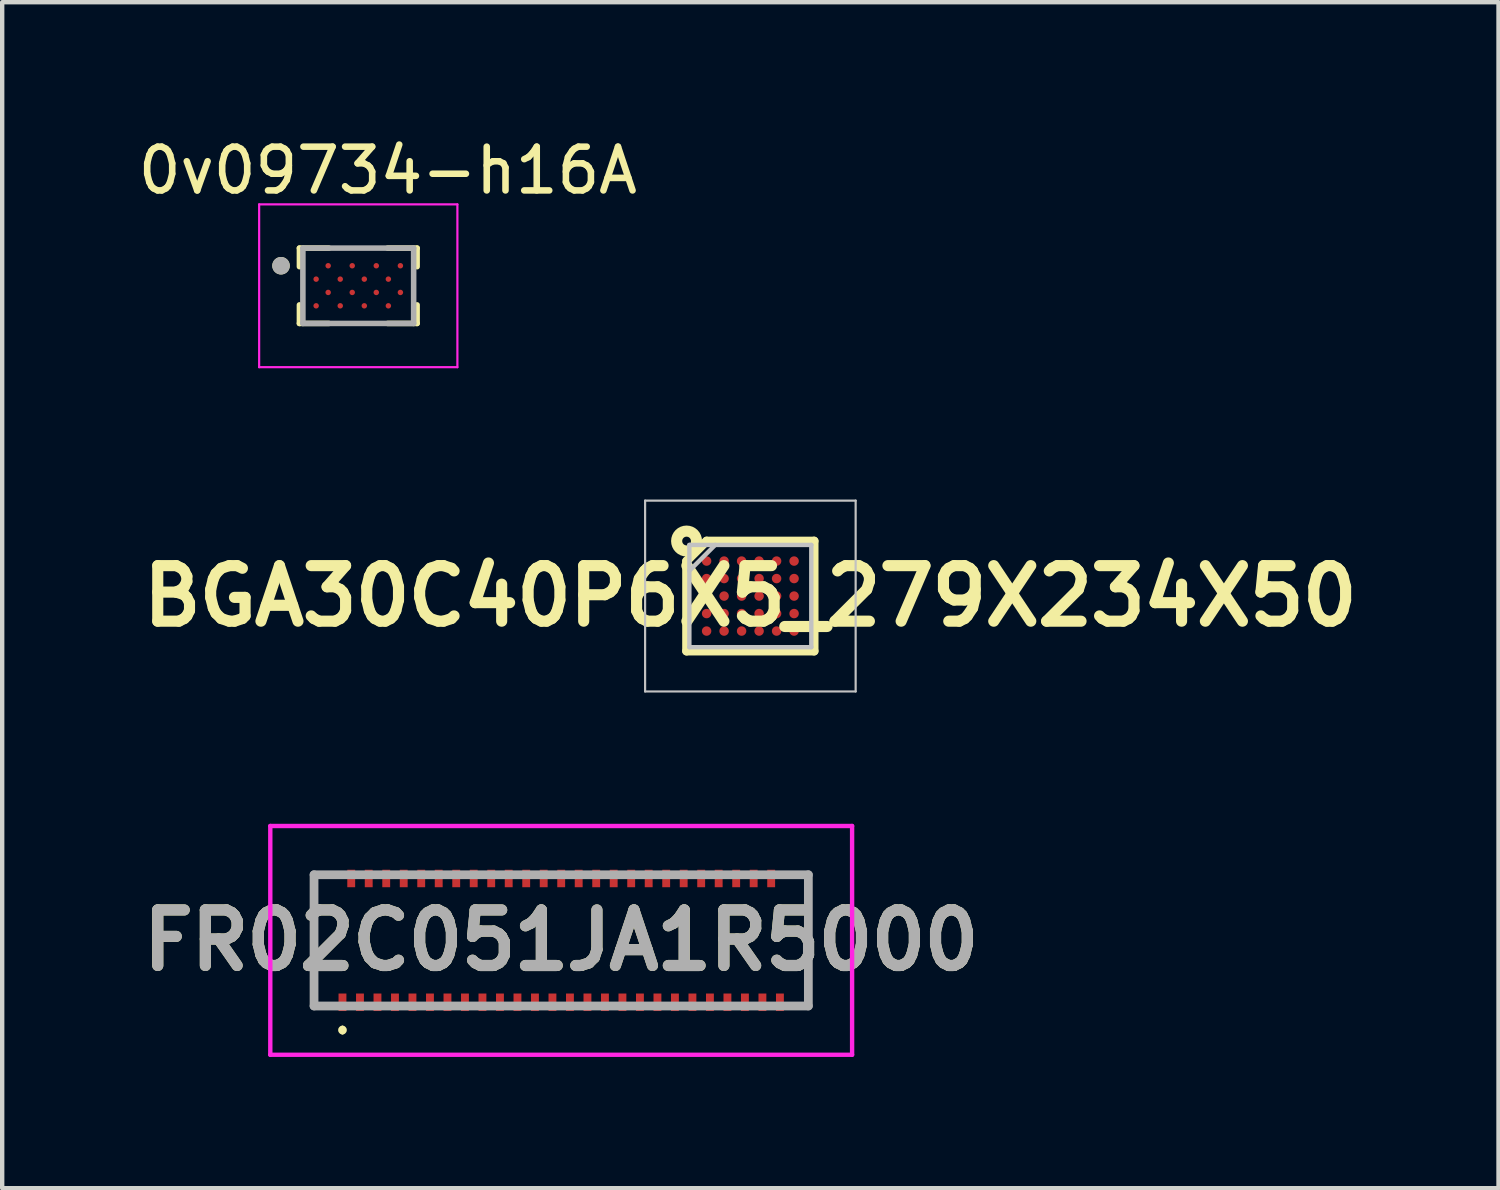
<source format=kicad_pcb>
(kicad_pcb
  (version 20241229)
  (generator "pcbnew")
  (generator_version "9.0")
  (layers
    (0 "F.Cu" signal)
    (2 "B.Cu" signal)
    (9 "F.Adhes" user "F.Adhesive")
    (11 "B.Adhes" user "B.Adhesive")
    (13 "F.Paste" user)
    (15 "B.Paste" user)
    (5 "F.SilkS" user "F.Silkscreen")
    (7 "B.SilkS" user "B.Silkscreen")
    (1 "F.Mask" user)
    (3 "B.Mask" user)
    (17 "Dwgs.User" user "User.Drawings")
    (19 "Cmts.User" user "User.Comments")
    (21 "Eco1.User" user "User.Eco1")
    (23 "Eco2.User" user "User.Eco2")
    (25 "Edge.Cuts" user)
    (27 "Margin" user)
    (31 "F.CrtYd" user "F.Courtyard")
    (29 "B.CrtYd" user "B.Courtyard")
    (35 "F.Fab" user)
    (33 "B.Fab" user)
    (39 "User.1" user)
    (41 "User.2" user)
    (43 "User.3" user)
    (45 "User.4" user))
  (footprint "BGA30C40P6X5_279X234X50"
    (layer "F.Cu")
    (at 14.103 10.576)
    (property "Reference" "BGA30C40P6X5_279X234X50" (at 0 0 0) (unlocked yes) (layer "F.SilkS") (effects (font (size 1.27 1.27) (thickness 0.254))))
    (attr smd)
    (fp_line (start -1.458 -0.8) (end -1 -1.258) (stroke (width 0.2) (type solid)) (layer "F.SilkS"))
    (fp_line (start -1.458 1.258) (end -1.458 -0.8) (stroke (width 0.2) (type solid)) (layer "F.SilkS"))
    (fp_line (start -1 -1.258) (end 1.458 -1.258) (stroke (width 0.2) (type solid)) (layer "F.SilkS"))
    (fp_line (start 1.458 -1.258) (end 1.458 1.258) (stroke (width 0.2) (type solid)) (layer "F.SilkS"))
    (fp_line (start 1.458 1.258) (end -1.458 1.258) (stroke (width 0.2) (type solid)) (layer "F.SilkS"))
    (fp_circle (center -1.458 -1.258) (end -1.358 -1.258) (stroke (width 0.254) (type solid)) (fill no) (layer "F.SilkS"))
    (fp_line (start -2.406 -2.182) (end 2.407 -2.182) (stroke (width 0.05) (type solid)) (layer "Dwgs.User"))
    (fp_line (start -2.406 2.181) (end -2.406 -2.182) (stroke (width 0.05) (type solid)) (layer "Dwgs.User"))
    (fp_line (start -1.394 -1.169) (end 1.394 -1.169) (stroke (width 0.1) (type solid)) (layer "Dwgs.User"))
    (fp_line (start -1.394 -0.578) (end -0.803 -1.169) (stroke (width 0.1) (type solid)) (layer "Dwgs.User"))
    (fp_line (start -1.394 1.169) (end -1.394 -1.169) (stroke (width 0.1) (type solid)) (layer "Dwgs.User"))
    (fp_line (start 1.394 -1.169) (end 1.394 1.169) (stroke (width 0.1) (type solid)) (layer "Dwgs.User"))
    (fp_line (start 1.394 1.169) (end -1.394 1.169) (stroke (width 0.1) (type solid)) (layer "Dwgs.User"))
    (fp_line (start 2.407 -2.182) (end 2.407 2.181) (stroke (width 0.05) (type solid)) (layer "Dwgs.User"))
    (fp_line (start 2.407 2.181) (end -2.406 2.181) (stroke (width 0.05) (type solid)) (layer "Dwgs.User"))
    (pad "A1" smd circle (at -1 -0.8 90) (size 0.216 0.216) (layers "F.Cu" "F.Mask" "F.Paste"))
    (pad "A2" smd circle (at -0.6 -0.8 90) (size 0.216 0.216) (layers "F.Cu" "F.Mask" "F.Paste"))
    (pad "A3" smd circle (at -0.2 -0.8 90) (size 0.216 0.216) (layers "F.Cu" "F.Mask" "F.Paste"))
    (pad "A4" smd circle (at 0.2 -0.8 90) (size 0.216 0.216) (layers "F.Cu" "F.Mask" "F.Paste"))
    (pad "A5" smd circle (at 0.6 -0.8 90) (size 0.216 0.216) (layers "F.Cu" "F.Mask" "F.Paste"))
    (pad "A6" smd circle (at 1 -0.8 90) (size 0.216 0.216) (layers "F.Cu" "F.Mask" "F.Paste"))
    (pad "B1" smd circle (at -1 -0.4 90) (size 0.216 0.216) (layers "F.Cu" "F.Mask" "F.Paste"))
    (pad "B2" smd circle (at -0.6 -0.4 90) (size 0.216 0.216) (layers "F.Cu" "F.Mask" "F.Paste"))
    (pad "B3" smd circle (at -0.2 -0.4 90) (size 0.216 0.216) (layers "F.Cu" "F.Mask" "F.Paste"))
    (pad "B4" smd circle (at 0.2 -0.4 90) (size 0.216 0.216) (layers "F.Cu" "F.Mask" "F.Paste"))
    (pad "B5" smd circle (at 0.6 -0.4 90) (size 0.216 0.216) (layers "F.Cu" "F.Mask" "F.Paste"))
    (pad "B6" smd circle (at 1 -0.4 90) (size 0.216 0.216) (layers "F.Cu" "F.Mask" "F.Paste"))
    (pad "C1" smd circle (at -1 0 90) (size 0.216 0.216) (layers "F.Cu" "F.Mask" "F.Paste"))
    (pad "C2" smd circle (at -0.6 0 90) (size 0.216 0.216) (layers "F.Cu" "F.Mask" "F.Paste"))
    (pad "C3" smd circle (at -0.2 0 90) (size 0.216 0.216) (layers "F.Cu" "F.Mask" "F.Paste"))
    (pad "C4" smd circle (at 0.2 0 90) (size 0.216 0.216) (layers "F.Cu" "F.Mask" "F.Paste"))
    (pad "C5" smd circle (at 0.6 0 90) (size 0.216 0.216) (layers "F.Cu" "F.Mask" "F.Paste"))
    (pad "C6" smd circle (at 1 0 90) (size 0.216 0.216) (layers "F.Cu" "F.Mask" "F.Paste"))
    (pad "D1" smd circle (at -1 0.4 90) (size 0.216 0.216) (layers "F.Cu" "F.Mask" "F.Paste"))
    (pad "D2" smd circle (at -0.6 0.4 90) (size 0.216 0.216) (layers "F.Cu" "F.Mask" "F.Paste"))
    (pad "D3" smd circle (at -0.2 0.4 90) (size 0.216 0.216) (layers "F.Cu" "F.Mask" "F.Paste"))
    (pad "D4" smd circle (at 0.2 0.4 90) (size 0.216 0.216) (layers "F.Cu" "F.Mask" "F.Paste"))
    (pad "D5" smd circle (at 0.6 0.4 90) (size 0.216 0.216) (layers "F.Cu" "F.Mask" "F.Paste"))
    (pad "D6" smd circle (at 1 0.4 90) (size 0.216 0.216) (layers "F.Cu" "F.Mask" "F.Paste"))
    (pad "E1" smd circle (at -1 0.8 90) (size 0.216 0.216) (layers "F.Cu" "F.Mask" "F.Paste"))
    (pad "E2" smd circle (at -0.6 0.8 90) (size 0.216 0.216) (layers "F.Cu" "F.Mask" "F.Paste"))
    (pad "E3" smd circle (at -0.2 0.8 90) (size 0.216 0.216) (layers "F.Cu" "F.Mask" "F.Paste"))
    (pad "E4" smd circle (at 0.2 0.8 90) (size 0.216 0.216) (layers "F.Cu" "F.Mask" "F.Paste"))
    (pad "E5" smd circle (at 0.6 0.8 90) (size 0.216 0.216) (layers "F.Cu" "F.Mask" "F.Paste"))
    (pad "E6" smd circle (at 1 0.8 90) (size 0.216 0.216) (layers "F.Cu" "F.Mask" "F.Paste")))
  (footprint "FR02C051JA1R5000"
    (layer "F.Cu")
    (at 9.779 18.447)
    (property "Reference" "FR02C051JA1R5000" (at 0 0 0) (layer "F.SilkS") (effects (font (size 1.27 1.27) (thickness 0.254))))
    (attr smd)
    (fp_line (start -5.65 -1.5) (end -5.65 1.5) (stroke (width 0.1) (type solid)) (layer "F.SilkS"))
    (fp_line (start -5.65 1.5) (end -5.4 1.5) (stroke (width 0.1) (type solid)) (layer "F.SilkS"))
    (fp_line (start -5.2 -1.5) (end -5.65 -1.5) (stroke (width 0.1) (type solid)) (layer "F.SilkS"))
    (fp_line (start -5 2) (end -5 2) (stroke (width 0.1) (type solid)) (layer "F.SilkS"))
    (fp_line (start -5 2.1) (end -5 2.1) (stroke (width 0.1) (type solid)) (layer "F.SilkS"))
    (fp_line (start 5.2 -1.5) (end 5.65 -1.5) (stroke (width 0.1) (type solid)) (layer "F.SilkS"))
    (fp_line (start 5.65 -1.5) (end 5.65 1.5) (stroke (width 0.1) (type solid)) (layer "F.SilkS"))
    (fp_line (start 5.65 1.5) (end 5.4 1.5) (stroke (width 0.1) (type solid)) (layer "F.SilkS"))
    (fp_arc (start -5 2) (mid -4.95 2.05) (end -5 2.1) (stroke (width 0.1) (type solid)) (layer "F.SilkS"))
    (fp_arc (start -5 2.1) (mid -5.05 2.05) (end -5 2) (stroke (width 0.1) (type solid)) (layer "F.SilkS"))
    (fp_line (start -6.65 -2.615) (end 6.65 -2.615) (stroke (width 0.1) (type solid)) (layer "F.CrtYd"))
    (fp_line (start -6.65 2.615) (end -6.65 -2.615) (stroke (width 0.1) (type solid)) (layer "F.CrtYd"))
    (fp_line (start 6.65 -2.615) (end 6.65 2.615) (stroke (width 0.1) (type solid)) (layer "F.CrtYd"))
    (fp_line (start 6.65 2.615) (end -6.65 2.615) (stroke (width 0.1) (type solid)) (layer "F.CrtYd"))
    (fp_line (start -5.65 -1.5) (end 5.65 -1.5) (stroke (width 0.2) (type solid)) (layer "F.Fab"))
    (fp_line (start -5.65 1.5) (end -5.65 -1.5) (stroke (width 0.2) (type solid)) (layer "F.Fab"))
    (fp_line (start 5.65 -1.5) (end 5.65 1.5) (stroke (width 0.2) (type solid)) (layer "F.Fab"))
    (fp_line (start 5.65 1.5) (end -5.65 1.5) (stroke (width 0.2) (type solid)) (layer "F.Fab"))
    (fp_text user "${REFERENCE}" (at 0 0 0) (layer "F.Fab") (effects (font (size 1.27 1.27) (thickness 0.254))))
    (pad "1" smd rect (at -5 1.415) (size 0.18 0.4) (layers "F.Cu" "F.Mask" "F.Paste"))
    (pad "2" smd rect (at -4.8 -1.415) (size 0.18 0.4) (layers "F.Cu" "F.Mask" "F.Paste"))
    (pad "3" smd rect (at -4.6 1.415) (size 0.18 0.4) (layers "F.Cu" "F.Mask" "F.Paste"))
    (pad "4" smd rect (at -4.4 -1.415) (size 0.18 0.4) (layers "F.Cu" "F.Mask" "F.Paste"))
    (pad "5" smd rect (at -4.2 1.415) (size 0.18 0.4) (layers "F.Cu" "F.Mask" "F.Paste"))
    (pad "6" smd rect (at -4 -1.415) (size 0.18 0.4) (layers "F.Cu" "F.Mask" "F.Paste"))
    (pad "7" smd rect (at -3.8 1.415) (size 0.18 0.4) (layers "F.Cu" "F.Mask" "F.Paste"))
    (pad "8" smd rect (at -3.6 -1.415) (size 0.18 0.4) (layers "F.Cu" "F.Mask" "F.Paste"))
    (pad "9" smd rect (at -3.4 1.415) (size 0.18 0.4) (layers "F.Cu" "F.Mask" "F.Paste"))
    (pad "10" smd rect (at -3.2 -1.415) (size 0.18 0.4) (layers "F.Cu" "F.Mask" "F.Paste"))
    (pad "11" smd rect (at -3 1.415) (size 0.18 0.4) (layers "F.Cu" "F.Mask" "F.Paste"))
    (pad "12" smd rect (at -2.8 -1.415) (size 0.18 0.4) (layers "F.Cu" "F.Mask" "F.Paste"))
    (pad "13" smd rect (at -2.6 1.415) (size 0.18 0.4) (layers "F.Cu" "F.Mask" "F.Paste"))
    (pad "14" smd rect (at -2.4 -1.415) (size 0.18 0.4) (layers "F.Cu" "F.Mask" "F.Paste"))
    (pad "15" smd rect (at -2.2 1.415) (size 0.18 0.4) (layers "F.Cu" "F.Mask" "F.Paste"))
    (pad "16" smd rect (at -2 -1.415) (size 0.18 0.4) (layers "F.Cu" "F.Mask" "F.Paste"))
    (pad "17" smd rect (at -1.8 1.415) (size 0.18 0.4) (layers "F.Cu" "F.Mask" "F.Paste"))
    (pad "18" smd rect (at -1.6 -1.415) (size 0.18 0.4) (layers "F.Cu" "F.Mask" "F.Paste"))
    (pad "19" smd rect (at -1.4 1.415) (size 0.18 0.4) (layers "F.Cu" "F.Mask" "F.Paste"))
    (pad "20" smd rect (at -1.2 -1.415) (size 0.18 0.4) (layers "F.Cu" "F.Mask" "F.Paste"))
    (pad "21" smd rect (at -1 1.415) (size 0.18 0.4) (layers "F.Cu" "F.Mask" "F.Paste"))
    (pad "22" smd rect (at -0.8 -1.415) (size 0.18 0.4) (layers "F.Cu" "F.Mask" "F.Paste"))
    (pad "23" smd rect (at -0.6 1.415) (size 0.18 0.4) (layers "F.Cu" "F.Mask" "F.Paste"))
    (pad "24" smd rect (at -0.4 -1.415) (size 0.18 0.4) (layers "F.Cu" "F.Mask" "F.Paste"))
    (pad "25" smd rect (at -0.2 1.415) (size 0.18 0.4) (layers "F.Cu" "F.Mask" "F.Paste"))
    (pad "26" smd rect (at 0 -1.415) (size 0.18 0.4) (layers "F.Cu" "F.Mask" "F.Paste"))
    (pad "27" smd rect (at 0.2 1.415) (size 0.18 0.4) (layers "F.Cu" "F.Mask" "F.Paste"))
    (pad "28" smd rect (at 0.4 -1.415) (size 0.18 0.4) (layers "F.Cu" "F.Mask" "F.Paste"))
    (pad "29" smd rect (at 0.6 1.415) (size 0.18 0.4) (layers "F.Cu" "F.Mask" "F.Paste"))
    (pad "30" smd rect (at 0.8 -1.415) (size 0.18 0.4) (layers "F.Cu" "F.Mask" "F.Paste"))
    (pad "31" smd rect (at 1 1.415) (size 0.18 0.4) (layers "F.Cu" "F.Mask" "F.Paste"))
    (pad "32" smd rect (at 1.2 -1.415) (size 0.18 0.4) (layers "F.Cu" "F.Mask" "F.Paste"))
    (pad "33" smd rect (at 1.4 1.415) (size 0.18 0.4) (layers "F.Cu" "F.Mask" "F.Paste"))
    (pad "34" smd rect (at 1.6 -1.415) (size 0.18 0.4) (layers "F.Cu" "F.Mask" "F.Paste"))
    (pad "35" smd rect (at 1.8 1.415) (size 0.18 0.4) (layers "F.Cu" "F.Mask" "F.Paste"))
    (pad "36" smd rect (at 2 -1.415) (size 0.18 0.4) (layers "F.Cu" "F.Mask" "F.Paste"))
    (pad "37" smd rect (at 2.2 1.415) (size 0.18 0.4) (layers "F.Cu" "F.Mask" "F.Paste"))
    (pad "38" smd rect (at 2.4 -1.415) (size 0.18 0.4) (layers "F.Cu" "F.Mask" "F.Paste"))
    (pad "39" smd rect (at 2.6 1.415) (size 0.18 0.4) (layers "F.Cu" "F.Mask" "F.Paste"))
    (pad "40" smd rect (at 2.8 -1.415) (size 0.18 0.4) (layers "F.Cu" "F.Mask" "F.Paste"))
    (pad "41" smd rect (at 3 1.415) (size 0.18 0.4) (layers "F.Cu" "F.Mask" "F.Paste"))
    (pad "42" smd rect (at 3.2 -1.415) (size 0.18 0.4) (layers "F.Cu" "F.Mask" "F.Paste"))
    (pad "43" smd rect (at 3.4 1.415) (size 0.18 0.4) (layers "F.Cu" "F.Mask" "F.Paste"))
    (pad "44" smd rect (at 3.6 -1.415) (size 0.18 0.4) (layers "F.Cu" "F.Mask" "F.Paste"))
    (pad "45" smd rect (at 3.8 1.415) (size 0.18 0.4) (layers "F.Cu" "F.Mask" "F.Paste"))
    (pad "46" smd rect (at 4 -1.415) (size 0.18 0.4) (layers "F.Cu" "F.Mask" "F.Paste"))
    (pad "47" smd rect (at 4.2 1.415) (size 0.18 0.4) (layers "F.Cu" "F.Mask" "F.Paste"))
    (pad "48" smd rect (at 4.4 -1.415) (size 0.18 0.4) (layers "F.Cu" "F.Mask" "F.Paste"))
    (pad "49" smd rect (at 4.6 1.415) (size 0.18 0.4) (layers "F.Cu" "F.Mask" "F.Paste"))
    (pad "50" smd rect (at 4.8 -1.415) (size 0.18 0.4) (layers "F.Cu" "F.Mask" "F.Paste"))
    (pad "51" smd rect (at 5 1.415) (size 0.18 0.4) (layers "F.Cu" "F.Mask" "F.Paste")))
  (footprint "0v09734-h16A"
    (layer "F.Cu")
    (at 5.14 3.483)
    (property "Reference" "0v09734-h16A" (at 0.675 -2.635 0) (layer "F.SilkS") (effects (font (size 1 1) (thickness 0.15))))
    (attr smd)
    (fp_line (start -1.345 -0.861) (end -1.345 -0.437) (stroke (width 0.127) (type solid)) (layer "F.SilkS"))
    (fp_line (start -1.345 -0.861) (end -0.672 -0.861) (stroke (width 0.127) (type solid)) (layer "F.SilkS"))
    (fp_line (start -1.345 0.861) (end -1.345 0.437) (stroke (width 0.127) (type solid)) (layer "F.SilkS"))
    (fp_line (start -1.345 0.861) (end -0.672 0.861) (stroke (width 0.127) (type solid)) (layer "F.SilkS"))
    (fp_line (start 1.345 -0.861) (end 0.672 -0.861) (stroke (width 0.127) (type solid)) (layer "F.SilkS"))
    (fp_line (start 1.345 -0.861) (end 1.345 -0.437) (stroke (width 0.127) (type solid)) (layer "F.SilkS"))
    (fp_line (start 1.345 0.861) (end 0.672 0.861) (stroke (width 0.127) (type solid)) (layer "F.SilkS"))
    (fp_line (start 1.345 0.861) (end 1.345 0.437) (stroke (width 0.127) (type solid)) (layer "F.SilkS"))
    (fp_circle (center -1.766 -0.458) (end -1.666 -0.458) (stroke (width 0.2) (type solid)) (fill no) (layer "F.SilkS"))
    (fp_line (start -2.266 -1.861) (end 2.266 -1.861) (stroke (width 0.05) (type solid)) (layer "F.CrtYd"))
    (fp_line (start -2.266 1.861) (end -2.266 -1.861) (stroke (width 0.05) (type solid)) (layer "F.CrtYd"))
    (fp_line (start -2.266 1.861) (end 2.266 1.861) (stroke (width 0.05) (type solid)) (layer "F.CrtYd"))
    (fp_line (start 2.266 1.861) (end 2.266 -1.861) (stroke (width 0.05) (type solid)) (layer "F.CrtYd"))
    (fp_line (start -1.266 0.861) (end -1.266 -0.861) (stroke (width 0.127) (type solid)) (layer "F.Fab"))
    (fp_line (start 1.266 -0.861) (end -1.266 -0.861) (stroke (width 0.127) (type solid)) (layer "F.Fab"))
    (fp_line (start 1.266 0.861) (end -1.266 0.861) (stroke (width 0.127) (type solid)) (layer "F.Fab"))
    (fp_line (start 1.266 0.861) (end 1.266 -0.861) (stroke (width 0.127) (type solid)) (layer "F.Fab"))
    (fp_circle (center -1.766 -0.458) (end -1.666 -0.458) (stroke (width 0.2) (type solid)) (fill no) (layer "F.Fab"))
    (pad "A2" smd circle (at -0.688 -0.458) (size 0.125 0.125) (layers "F.Cu" "F.Mask" "F.Paste"))
    (pad "A4" smd circle (at -0.138 -0.458) (size 0.125 0.125) (layers "F.Cu" "F.Mask" "F.Paste"))
    (pad "A6" smd circle (at 0.412 -0.458) (size 0.125 0.125) (layers "F.Cu" "F.Mask" "F.Paste"))
    (pad "A8" smd circle (at 0.963 -0.458) (size 0.125 0.125) (layers "F.Cu" "F.Mask" "F.Paste"))
    (pad "B1" smd circle (at -0.963 -0.152) (size 0.125 0.125) (layers "F.Cu" "F.Mask" "F.Paste"))
    (pad "B3" smd circle (at -0.412 -0.152) (size 0.125 0.125) (layers "F.Cu" "F.Mask" "F.Paste"))
    (pad "B5" smd circle (at 0.138 -0.152) (size 0.125 0.125) (layers "F.Cu" "F.Mask" "F.Paste"))
    (pad "B7" smd circle (at 0.688 -0.152) (size 0.125 0.125) (layers "F.Cu" "F.Mask" "F.Paste"))
    (pad "C2" smd circle (at -0.688 0.152) (size 0.125 0.125) (layers "F.Cu" "F.Mask" "F.Paste"))
    (pad "C4" smd circle (at -0.138 0.152) (size 0.125 0.125) (layers "F.Cu" "F.Mask" "F.Paste"))
    (pad "C6" smd circle (at 0.412 0.152) (size 0.125 0.125) (layers "F.Cu" "F.Mask" "F.Paste"))
    (pad "C8" smd circle (at 0.963 0.152) (size 0.125 0.125) (layers "F.Cu" "F.Mask" "F.Paste"))
    (pad "D1" smd circle (at -0.963 0.458) (size 0.125 0.125) (layers "F.Cu" "F.Mask" "F.Paste"))
    (pad "D3" smd circle (at -0.412 0.458) (size 0.125 0.125) (layers "F.Cu" "F.Mask" "F.Paste"))
    (pad "D5" smd circle (at 0.138 0.458) (size 0.125 0.125) (layers "F.Cu" "F.Mask" "F.Paste"))
    (pad "D7" smd circle (at 0.688 0.458) (size 0.125 0.125) (layers "F.Cu" "F.Mask" "F.Paste")))
  (gr_rect
    (start -3 -3)
    (end 31.206 24.112)
    (stroke (width 0.1) (type default))
    (fill no)
    (layer "Edge.Cuts")))
</source>
